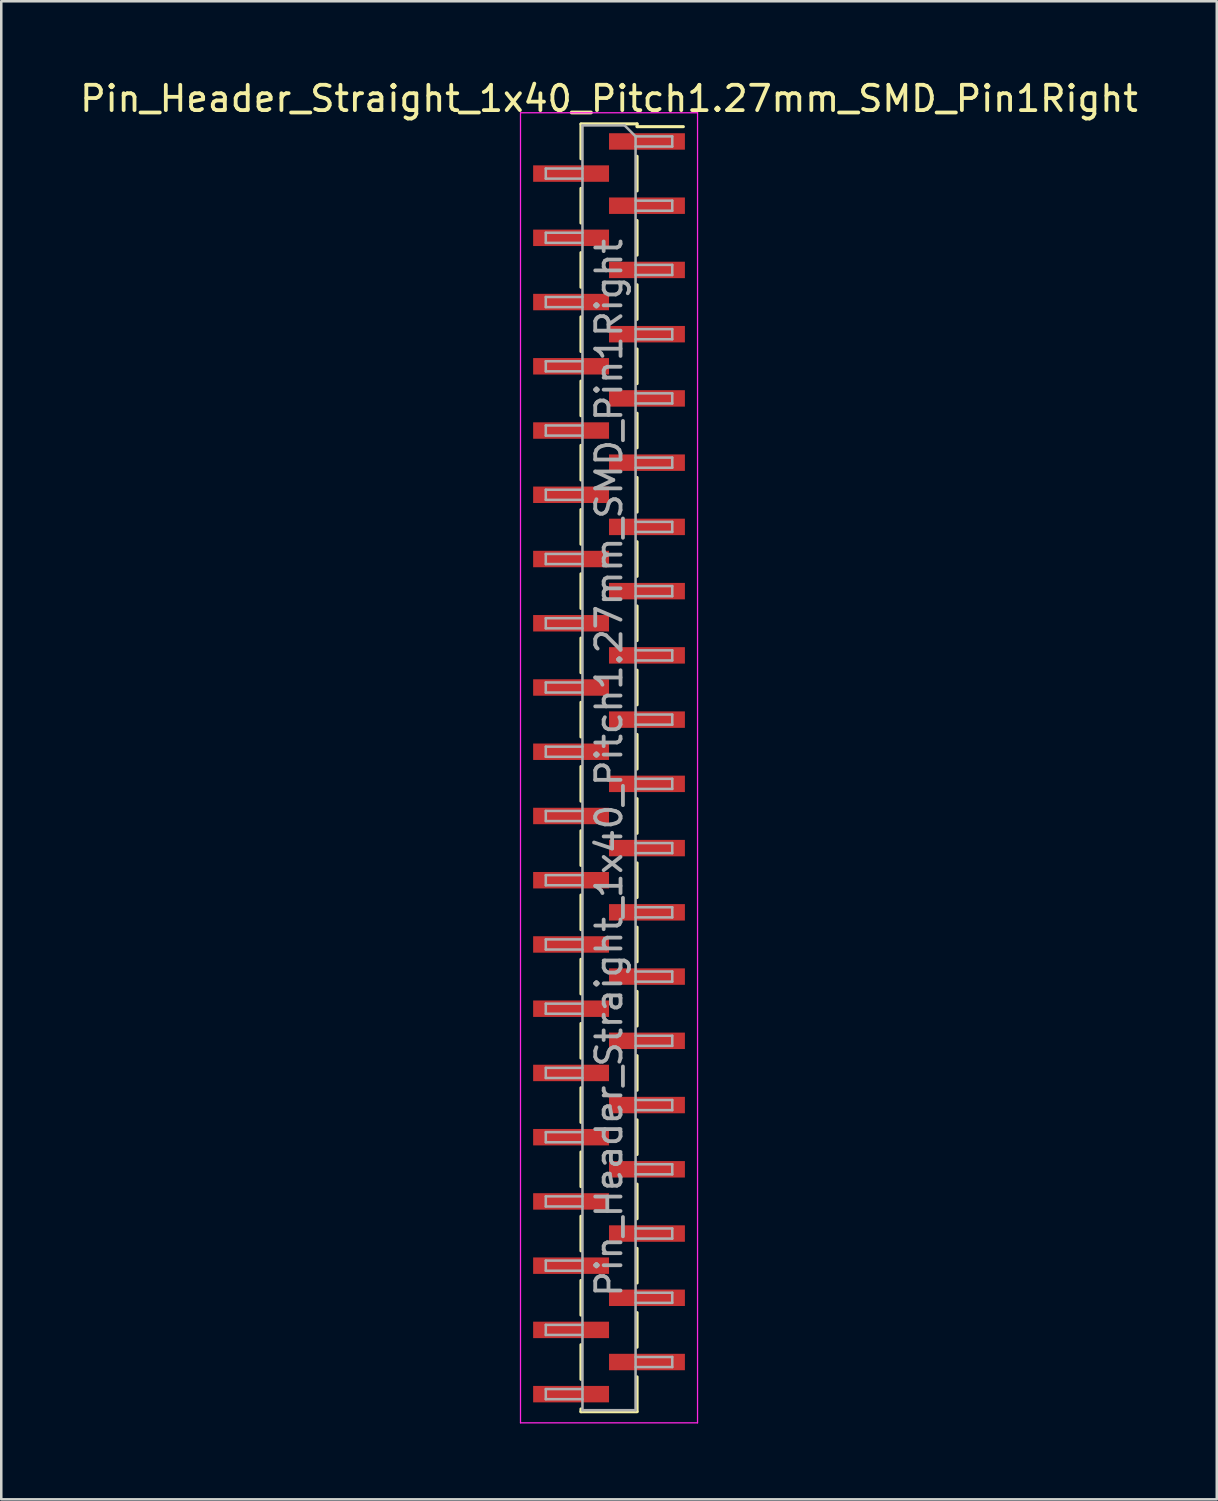
<source format=kicad_pcb>
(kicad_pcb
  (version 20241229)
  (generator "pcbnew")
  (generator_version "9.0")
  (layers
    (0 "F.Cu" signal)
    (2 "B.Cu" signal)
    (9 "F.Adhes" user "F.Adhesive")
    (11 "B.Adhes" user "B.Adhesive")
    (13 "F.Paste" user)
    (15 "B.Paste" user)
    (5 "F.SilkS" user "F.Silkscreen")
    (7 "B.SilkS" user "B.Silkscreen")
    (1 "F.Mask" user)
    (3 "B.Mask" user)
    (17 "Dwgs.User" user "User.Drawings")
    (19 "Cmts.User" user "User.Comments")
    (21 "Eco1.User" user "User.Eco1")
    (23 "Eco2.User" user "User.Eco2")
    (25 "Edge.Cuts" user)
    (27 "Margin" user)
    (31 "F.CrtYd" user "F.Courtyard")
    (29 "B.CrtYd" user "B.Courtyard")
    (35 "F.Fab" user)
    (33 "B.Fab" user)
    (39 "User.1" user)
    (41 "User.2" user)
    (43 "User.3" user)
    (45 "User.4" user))
  (footprint "Pin_Header_Straight_1x40_Pitch1.27mm_SMD_Pin1Right"
    (layer "F.Cu")
    (at 21.03 27.308)
    (property "Reference" "Pin_Header_Straight_1x40_Pitch1.27mm_SMD_Pin1Right" (at 0 -26.46 0) (layer "F.SilkS") (effects (font (size 1 1) (thickness 0.15))))
    (attr smd)
    (fp_line (start -1.11 -25.46) (end 1.11 -25.46) (stroke (width 0.12) (type solid)) (layer "F.SilkS"))
    (fp_line (start -1.11 -25.45) (end -1.11 -24.08) (stroke (width 0.12) (type solid)) (layer "F.SilkS"))
    (fp_line (start -1.11 -22.91) (end -1.11 -21.54) (stroke (width 0.12) (type solid)) (layer "F.SilkS"))
    (fp_line (start -1.11 -20.37) (end -1.11 -19) (stroke (width 0.12) (type solid)) (layer "F.SilkS"))
    (fp_line (start -1.11 -17.83) (end -1.11 -16.46) (stroke (width 0.12) (type solid)) (layer "F.SilkS"))
    (fp_line (start -1.11 -15.29) (end -1.11 -13.92) (stroke (width 0.12) (type solid)) (layer "F.SilkS"))
    (fp_line (start -1.11 -12.75) (end -1.11 -11.38) (stroke (width 0.12) (type solid)) (layer "F.SilkS"))
    (fp_line (start -1.11 -10.21) (end -1.11 -8.84) (stroke (width 0.12) (type solid)) (layer "F.SilkS"))
    (fp_line (start -1.11 -7.67) (end -1.11 -6.3) (stroke (width 0.12) (type solid)) (layer "F.SilkS"))
    (fp_line (start -1.11 -5.13) (end -1.11 -3.76) (stroke (width 0.12) (type solid)) (layer "F.SilkS"))
    (fp_line (start -1.11 -2.59) (end -1.11 -1.22) (stroke (width 0.12) (type solid)) (layer "F.SilkS"))
    (fp_line (start -1.11 -0.05) (end -1.11 1.32) (stroke (width 0.12) (type solid)) (layer "F.SilkS"))
    (fp_line (start -1.11 2.49) (end -1.11 3.86) (stroke (width 0.12) (type solid)) (layer "F.SilkS"))
    (fp_line (start -1.11 5.03) (end -1.11 6.4) (stroke (width 0.12) (type solid)) (layer "F.SilkS"))
    (fp_line (start -1.11 7.57) (end -1.11 8.94) (stroke (width 0.12) (type solid)) (layer "F.SilkS"))
    (fp_line (start -1.11 10.11) (end -1.11 11.48) (stroke (width 0.12) (type solid)) (layer "F.SilkS"))
    (fp_line (start -1.11 12.65) (end -1.11 14.02) (stroke (width 0.12) (type solid)) (layer "F.SilkS"))
    (fp_line (start -1.11 15.19) (end -1.11 16.56) (stroke (width 0.12) (type solid)) (layer "F.SilkS"))
    (fp_line (start -1.11 17.73) (end -1.11 19.1) (stroke (width 0.12) (type solid)) (layer "F.SilkS"))
    (fp_line (start -1.11 20.27) (end -1.11 21.64) (stroke (width 0.12) (type solid)) (layer "F.SilkS"))
    (fp_line (start -1.11 22.81) (end -1.11 24.18) (stroke (width 0.12) (type solid)) (layer "F.SilkS"))
    (fp_line (start -1.11 25.35) (end -1.11 25.46) (stroke (width 0.12) (type solid)) (layer "F.SilkS"))
    (fp_line (start -1.11 25.46) (end 1.11 25.46) (stroke (width 0.12) (type solid)) (layer "F.SilkS"))
    (fp_line (start 1.11 -25.46) (end 1.11 -25.35) (stroke (width 0.12) (type solid)) (layer "F.SilkS"))
    (fp_line (start 1.11 -25.35) (end 2.94 -25.35) (stroke (width 0.12) (type solid)) (layer "F.SilkS"))
    (fp_line (start 1.11 -24.18) (end 1.11 -22.81) (stroke (width 0.12) (type solid)) (layer "F.SilkS"))
    (fp_line (start 1.11 -21.64) (end 1.11 -20.27) (stroke (width 0.12) (type solid)) (layer "F.SilkS"))
    (fp_line (start 1.11 -19.1) (end 1.11 -17.73) (stroke (width 0.12) (type solid)) (layer "F.SilkS"))
    (fp_line (start 1.11 -16.56) (end 1.11 -15.19) (stroke (width 0.12) (type solid)) (layer "F.SilkS"))
    (fp_line (start 1.11 -14.02) (end 1.11 -12.65) (stroke (width 0.12) (type solid)) (layer "F.SilkS"))
    (fp_line (start 1.11 -11.48) (end 1.11 -10.11) (stroke (width 0.12) (type solid)) (layer "F.SilkS"))
    (fp_line (start 1.11 -8.94) (end 1.11 -7.57) (stroke (width 0.12) (type solid)) (layer "F.SilkS"))
    (fp_line (start 1.11 -6.4) (end 1.11 -5.03) (stroke (width 0.12) (type solid)) (layer "F.SilkS"))
    (fp_line (start 1.11 -3.86) (end 1.11 -2.49) (stroke (width 0.12) (type solid)) (layer "F.SilkS"))
    (fp_line (start 1.11 -1.32) (end 1.11 0.05) (stroke (width 0.12) (type solid)) (layer "F.SilkS"))
    (fp_line (start 1.11 1.22) (end 1.11 2.59) (stroke (width 0.12) (type solid)) (layer "F.SilkS"))
    (fp_line (start 1.11 3.76) (end 1.11 5.13) (stroke (width 0.12) (type solid)) (layer "F.SilkS"))
    (fp_line (start 1.11 6.3) (end 1.11 7.67) (stroke (width 0.12) (type solid)) (layer "F.SilkS"))
    (fp_line (start 1.11 8.84) (end 1.11 10.21) (stroke (width 0.12) (type solid)) (layer "F.SilkS"))
    (fp_line (start 1.11 11.38) (end 1.11 12.75) (stroke (width 0.12) (type solid)) (layer "F.SilkS"))
    (fp_line (start 1.11 13.92) (end 1.11 15.29) (stroke (width 0.12) (type solid)) (layer "F.SilkS"))
    (fp_line (start 1.11 16.46) (end 1.11 17.83) (stroke (width 0.12) (type solid)) (layer "F.SilkS"))
    (fp_line (start 1.11 19) (end 1.11 20.37) (stroke (width 0.12) (type solid)) (layer "F.SilkS"))
    (fp_line (start 1.11 21.54) (end 1.11 22.91) (stroke (width 0.12) (type solid)) (layer "F.SilkS"))
    (fp_line (start 1.11 24.08) (end 1.11 25.45) (stroke (width 0.12) (type solid)) (layer "F.SilkS"))
    (fp_line (start -3.5 -25.9) (end -3.5 25.9) (stroke (width 0.05) (type solid)) (layer "F.CrtYd"))
    (fp_line (start -3.5 25.9) (end 3.5 25.9) (stroke (width 0.05) (type solid)) (layer "F.CrtYd"))
    (fp_line (start 3.5 -25.9) (end -3.5 -25.9) (stroke (width 0.05) (type solid)) (layer "F.CrtYd"))
    (fp_line (start 3.5 25.9) (end 3.5 -25.9) (stroke (width 0.05) (type solid)) (layer "F.CrtYd"))
    (fp_line (start -2.5 -23.695) (end -2.5 -23.295) (stroke (width 0.1) (type solid)) (layer "F.Fab"))
    (fp_line (start -2.5 -23.295) (end -1.05 -23.295) (stroke (width 0.1) (type solid)) (layer "F.Fab"))
    (fp_line (start -2.5 -21.155) (end -2.5 -20.755) (stroke (width 0.1) (type solid)) (layer "F.Fab"))
    (fp_line (start -2.5 -20.755) (end -1.05 -20.755) (stroke (width 0.1) (type solid)) (layer "F.Fab"))
    (fp_line (start -2.5 -18.615) (end -2.5 -18.215) (stroke (width 0.1) (type solid)) (layer "F.Fab"))
    (fp_line (start -2.5 -18.215) (end -1.05 -18.215) (stroke (width 0.1) (type solid)) (layer "F.Fab"))
    (fp_line (start -2.5 -16.075) (end -2.5 -15.675) (stroke (width 0.1) (type solid)) (layer "F.Fab"))
    (fp_line (start -2.5 -15.675) (end -1.05 -15.675) (stroke (width 0.1) (type solid)) (layer "F.Fab"))
    (fp_line (start -2.5 -13.535) (end -2.5 -13.135) (stroke (width 0.1) (type solid)) (layer "F.Fab"))
    (fp_line (start -2.5 -13.135) (end -1.05 -13.135) (stroke (width 0.1) (type solid)) (layer "F.Fab"))
    (fp_line (start -2.5 -10.995) (end -2.5 -10.595) (stroke (width 0.1) (type solid)) (layer "F.Fab"))
    (fp_line (start -2.5 -10.595) (end -1.05 -10.595) (stroke (width 0.1) (type solid)) (layer "F.Fab"))
    (fp_line (start -2.5 -8.455) (end -2.5 -8.055) (stroke (width 0.1) (type solid)) (layer "F.Fab"))
    (fp_line (start -2.5 -8.055) (end -1.05 -8.055) (stroke (width 0.1) (type solid)) (layer "F.Fab"))
    (fp_line (start -2.5 -5.915) (end -2.5 -5.515) (stroke (width 0.1) (type solid)) (layer "F.Fab"))
    (fp_line (start -2.5 -5.515) (end -1.05 -5.515) (stroke (width 0.1) (type solid)) (layer "F.Fab"))
    (fp_line (start -2.5 -3.375) (end -2.5 -2.975) (stroke (width 0.1) (type solid)) (layer "F.Fab"))
    (fp_line (start -2.5 -2.975) (end -1.05 -2.975) (stroke (width 0.1) (type solid)) (layer "F.Fab"))
    (fp_line (start -2.5 -0.835) (end -2.5 -0.435) (stroke (width 0.1) (type solid)) (layer "F.Fab"))
    (fp_line (start -2.5 -0.435) (end -1.05 -0.435) (stroke (width 0.1) (type solid)) (layer "F.Fab"))
    (fp_line (start -2.5 1.705) (end -2.5 2.105) (stroke (width 0.1) (type solid)) (layer "F.Fab"))
    (fp_line (start -2.5 2.105) (end -1.05 2.105) (stroke (width 0.1) (type solid)) (layer "F.Fab"))
    (fp_line (start -2.5 4.245) (end -2.5 4.645) (stroke (width 0.1) (type solid)) (layer "F.Fab"))
    (fp_line (start -2.5 4.645) (end -1.05 4.645) (stroke (width 0.1) (type solid)) (layer "F.Fab"))
    (fp_line (start -2.5 6.785) (end -2.5 7.185) (stroke (width 0.1) (type solid)) (layer "F.Fab"))
    (fp_line (start -2.5 7.185) (end -1.05 7.185) (stroke (width 0.1) (type solid)) (layer "F.Fab"))
    (fp_line (start -2.5 9.325) (end -2.5 9.725) (stroke (width 0.1) (type solid)) (layer "F.Fab"))
    (fp_line (start -2.5 9.725) (end -1.05 9.725) (stroke (width 0.1) (type solid)) (layer "F.Fab"))
    (fp_line (start -2.5 11.865) (end -2.5 12.265) (stroke (width 0.1) (type solid)) (layer "F.Fab"))
    (fp_line (start -2.5 12.265) (end -1.05 12.265) (stroke (width 0.1) (type solid)) (layer "F.Fab"))
    (fp_line (start -2.5 14.405) (end -2.5 14.805) (stroke (width 0.1) (type solid)) (layer "F.Fab"))
    (fp_line (start -2.5 14.805) (end -1.05 14.805) (stroke (width 0.1) (type solid)) (layer "F.Fab"))
    (fp_line (start -2.5 16.945) (end -2.5 17.345) (stroke (width 0.1) (type solid)) (layer "F.Fab"))
    (fp_line (start -2.5 17.345) (end -1.05 17.345) (stroke (width 0.1) (type solid)) (layer "F.Fab"))
    (fp_line (start -2.5 19.485) (end -2.5 19.885) (stroke (width 0.1) (type solid)) (layer "F.Fab"))
    (fp_line (start -2.5 19.885) (end -1.05 19.885) (stroke (width 0.1) (type solid)) (layer "F.Fab"))
    (fp_line (start -2.5 22.025) (end -2.5 22.425) (stroke (width 0.1) (type solid)) (layer "F.Fab"))
    (fp_line (start -2.5 22.425) (end -1.05 22.425) (stroke (width 0.1) (type solid)) (layer "F.Fab"))
    (fp_line (start -2.5 24.565) (end -2.5 24.965) (stroke (width 0.1) (type solid)) (layer "F.Fab"))
    (fp_line (start -2.5 24.965) (end -1.05 24.965) (stroke (width 0.1) (type solid)) (layer "F.Fab"))
    (fp_line (start -1.05 -25.4) (end -1.05 25.4) (stroke (width 0.1) (type solid)) (layer "F.Fab"))
    (fp_line (start -1.05 -25.4) (end 0.615 -25.4) (stroke (width 0.1) (type solid)) (layer "F.Fab"))
    (fp_line (start -1.05 -23.695) (end -2.5 -23.695) (stroke (width 0.1) (type solid)) (layer "F.Fab"))
    (fp_line (start -1.05 -21.155) (end -2.5 -21.155) (stroke (width 0.1) (type solid)) (layer "F.Fab"))
    (fp_line (start -1.05 -18.615) (end -2.5 -18.615) (stroke (width 0.1) (type solid)) (layer "F.Fab"))
    (fp_line (start -1.05 -16.075) (end -2.5 -16.075) (stroke (width 0.1) (type solid)) (layer "F.Fab"))
    (fp_line (start -1.05 -13.535) (end -2.5 -13.535) (stroke (width 0.1) (type solid)) (layer "F.Fab"))
    (fp_line (start -1.05 -10.995) (end -2.5 -10.995) (stroke (width 0.1) (type solid)) (layer "F.Fab"))
    (fp_line (start -1.05 -8.455) (end -2.5 -8.455) (stroke (width 0.1) (type solid)) (layer "F.Fab"))
    (fp_line (start -1.05 -5.915) (end -2.5 -5.915) (stroke (width 0.1) (type solid)) (layer "F.Fab"))
    (fp_line (start -1.05 -3.375) (end -2.5 -3.375) (stroke (width 0.1) (type solid)) (layer "F.Fab"))
    (fp_line (start -1.05 -0.835) (end -2.5 -0.835) (stroke (width 0.1) (type solid)) (layer "F.Fab"))
    (fp_line (start -1.05 1.705) (end -2.5 1.705) (stroke (width 0.1) (type solid)) (layer "F.Fab"))
    (fp_line (start -1.05 4.245) (end -2.5 4.245) (stroke (width 0.1) (type solid)) (layer "F.Fab"))
    (fp_line (start -1.05 6.785) (end -2.5 6.785) (stroke (width 0.1) (type solid)) (layer "F.Fab"))
    (fp_line (start -1.05 9.325) (end -2.5 9.325) (stroke (width 0.1) (type solid)) (layer "F.Fab"))
    (fp_line (start -1.05 11.865) (end -2.5 11.865) (stroke (width 0.1) (type solid)) (layer "F.Fab"))
    (fp_line (start -1.05 14.405) (end -2.5 14.405) (stroke (width 0.1) (type solid)) (layer "F.Fab"))
    (fp_line (start -1.05 16.945) (end -2.5 16.945) (stroke (width 0.1) (type solid)) (layer "F.Fab"))
    (fp_line (start -1.05 19.485) (end -2.5 19.485) (stroke (width 0.1) (type solid)) (layer "F.Fab"))
    (fp_line (start -1.05 22.025) (end -2.5 22.025) (stroke (width 0.1) (type solid)) (layer "F.Fab"))
    (fp_line (start -1.05 24.565) (end -2.5 24.565) (stroke (width 0.1) (type solid)) (layer "F.Fab"))
    (fp_line (start 1.05 -24.965) (end 0.615 -25.4) (stroke (width 0.1) (type solid)) (layer "F.Fab"))
    (fp_line (start 1.05 -24.965) (end 2.5 -24.965) (stroke (width 0.1) (type solid)) (layer "F.Fab"))
    (fp_line (start 1.05 -22.425) (end 2.5 -22.425) (stroke (width 0.1) (type solid)) (layer "F.Fab"))
    (fp_line (start 1.05 -19.885) (end 2.5 -19.885) (stroke (width 0.1) (type solid)) (layer "F.Fab"))
    (fp_line (start 1.05 -17.345) (end 2.5 -17.345) (stroke (width 0.1) (type solid)) (layer "F.Fab"))
    (fp_line (start 1.05 -14.805) (end 2.5 -14.805) (stroke (width 0.1) (type solid)) (layer "F.Fab"))
    (fp_line (start 1.05 -12.265) (end 2.5 -12.265) (stroke (width 0.1) (type solid)) (layer "F.Fab"))
    (fp_line (start 1.05 -9.725) (end 2.5 -9.725) (stroke (width 0.1) (type solid)) (layer "F.Fab"))
    (fp_line (start 1.05 -7.185) (end 2.5 -7.185) (stroke (width 0.1) (type solid)) (layer "F.Fab"))
    (fp_line (start 1.05 -4.645) (end 2.5 -4.645) (stroke (width 0.1) (type solid)) (layer "F.Fab"))
    (fp_line (start 1.05 -2.105) (end 2.5 -2.105) (stroke (width 0.1) (type solid)) (layer "F.Fab"))
    (fp_line (start 1.05 0.435) (end 2.5 0.435) (stroke (width 0.1) (type solid)) (layer "F.Fab"))
    (fp_line (start 1.05 2.975) (end 2.5 2.975) (stroke (width 0.1) (type solid)) (layer "F.Fab"))
    (fp_line (start 1.05 5.515) (end 2.5 5.515) (stroke (width 0.1) (type solid)) (layer "F.Fab"))
    (fp_line (start 1.05 8.055) (end 2.5 8.055) (stroke (width 0.1) (type solid)) (layer "F.Fab"))
    (fp_line (start 1.05 10.595) (end 2.5 10.595) (stroke (width 0.1) (type solid)) (layer "F.Fab"))
    (fp_line (start 1.05 13.135) (end 2.5 13.135) (stroke (width 0.1) (type solid)) (layer "F.Fab"))
    (fp_line (start 1.05 15.675) (end 2.5 15.675) (stroke (width 0.1) (type solid)) (layer "F.Fab"))
    (fp_line (start 1.05 18.215) (end 2.5 18.215) (stroke (width 0.1) (type solid)) (layer "F.Fab"))
    (fp_line (start 1.05 20.755) (end 2.5 20.755) (stroke (width 0.1) (type solid)) (layer "F.Fab"))
    (fp_line (start 1.05 23.295) (end 2.5 23.295) (stroke (width 0.1) (type solid)) (layer "F.Fab"))
    (fp_line (start 1.05 25.4) (end -1.05 25.4) (stroke (width 0.1) (type solid)) (layer "F.Fab"))
    (fp_line (start 1.05 25.4) (end 1.05 -24.965) (stroke (width 0.1) (type solid)) (layer "F.Fab"))
    (fp_line (start 2.5 -24.965) (end 2.5 -24.565) (stroke (width 0.1) (type solid)) (layer "F.Fab"))
    (fp_line (start 2.5 -24.565) (end 1.05 -24.565) (stroke (width 0.1) (type solid)) (layer "F.Fab"))
    (fp_line (start 2.5 -22.425) (end 2.5 -22.025) (stroke (width 0.1) (type solid)) (layer "F.Fab"))
    (fp_line (start 2.5 -22.025) (end 1.05 -22.025) (stroke (width 0.1) (type solid)) (layer "F.Fab"))
    (fp_line (start 2.5 -19.885) (end 2.5 -19.485) (stroke (width 0.1) (type solid)) (layer "F.Fab"))
    (fp_line (start 2.5 -19.485) (end 1.05 -19.485) (stroke (width 0.1) (type solid)) (layer "F.Fab"))
    (fp_line (start 2.5 -17.345) (end 2.5 -16.945) (stroke (width 0.1) (type solid)) (layer "F.Fab"))
    (fp_line (start 2.5 -16.945) (end 1.05 -16.945) (stroke (width 0.1) (type solid)) (layer "F.Fab"))
    (fp_line (start 2.5 -14.805) (end 2.5 -14.405) (stroke (width 0.1) (type solid)) (layer "F.Fab"))
    (fp_line (start 2.5 -14.405) (end 1.05 -14.405) (stroke (width 0.1) (type solid)) (layer "F.Fab"))
    (fp_line (start 2.5 -12.265) (end 2.5 -11.865) (stroke (width 0.1) (type solid)) (layer "F.Fab"))
    (fp_line (start 2.5 -11.865) (end 1.05 -11.865) (stroke (width 0.1) (type solid)) (layer "F.Fab"))
    (fp_line (start 2.5 -9.725) (end 2.5 -9.325) (stroke (width 0.1) (type solid)) (layer "F.Fab"))
    (fp_line (start 2.5 -9.325) (end 1.05 -9.325) (stroke (width 0.1) (type solid)) (layer "F.Fab"))
    (fp_line (start 2.5 -7.185) (end 2.5 -6.785) (stroke (width 0.1) (type solid)) (layer "F.Fab"))
    (fp_line (start 2.5 -6.785) (end 1.05 -6.785) (stroke (width 0.1) (type solid)) (layer "F.Fab"))
    (fp_line (start 2.5 -4.645) (end 2.5 -4.245) (stroke (width 0.1) (type solid)) (layer "F.Fab"))
    (fp_line (start 2.5 -4.245) (end 1.05 -4.245) (stroke (width 0.1) (type solid)) (layer "F.Fab"))
    (fp_line (start 2.5 -2.105) (end 2.5 -1.705) (stroke (width 0.1) (type solid)) (layer "F.Fab"))
    (fp_line (start 2.5 -1.705) (end 1.05 -1.705) (stroke (width 0.1) (type solid)) (layer "F.Fab"))
    (fp_line (start 2.5 0.435) (end 2.5 0.835) (stroke (width 0.1) (type solid)) (layer "F.Fab"))
    (fp_line (start 2.5 0.835) (end 1.05 0.835) (stroke (width 0.1) (type solid)) (layer "F.Fab"))
    (fp_line (start 2.5 2.975) (end 2.5 3.375) (stroke (width 0.1) (type solid)) (layer "F.Fab"))
    (fp_line (start 2.5 3.375) (end 1.05 3.375) (stroke (width 0.1) (type solid)) (layer "F.Fab"))
    (fp_line (start 2.5 5.515) (end 2.5 5.915) (stroke (width 0.1) (type solid)) (layer "F.Fab"))
    (fp_line (start 2.5 5.915) (end 1.05 5.915) (stroke (width 0.1) (type solid)) (layer "F.Fab"))
    (fp_line (start 2.5 8.055) (end 2.5 8.455) (stroke (width 0.1) (type solid)) (layer "F.Fab"))
    (fp_line (start 2.5 8.455) (end 1.05 8.455) (stroke (width 0.1) (type solid)) (layer "F.Fab"))
    (fp_line (start 2.5 10.595) (end 2.5 10.995) (stroke (width 0.1) (type solid)) (layer "F.Fab"))
    (fp_line (start 2.5 10.995) (end 1.05 10.995) (stroke (width 0.1) (type solid)) (layer "F.Fab"))
    (fp_line (start 2.5 13.135) (end 2.5 13.535) (stroke (width 0.1) (type solid)) (layer "F.Fab"))
    (fp_line (start 2.5 13.535) (end 1.05 13.535) (stroke (width 0.1) (type solid)) (layer "F.Fab"))
    (fp_line (start 2.5 15.675) (end 2.5 16.075) (stroke (width 0.1) (type solid)) (layer "F.Fab"))
    (fp_line (start 2.5 16.075) (end 1.05 16.075) (stroke (width 0.1) (type solid)) (layer "F.Fab"))
    (fp_line (start 2.5 18.215) (end 2.5 18.615) (stroke (width 0.1) (type solid)) (layer "F.Fab"))
    (fp_line (start 2.5 18.615) (end 1.05 18.615) (stroke (width 0.1) (type solid)) (layer "F.Fab"))
    (fp_line (start 2.5 20.755) (end 2.5 21.155) (stroke (width 0.1) (type solid)) (layer "F.Fab"))
    (fp_line (start 2.5 21.155) (end 1.05 21.155) (stroke (width 0.1) (type solid)) (layer "F.Fab"))
    (fp_line (start 2.5 23.295) (end 2.5 23.695) (stroke (width 0.1) (type solid)) (layer "F.Fab"))
    (fp_line (start 2.5 23.695) (end 1.05 23.695) (stroke (width 0.1) (type solid)) (layer "F.Fab"))
    (fp_text user "${REFERENCE}" (at 0 0 90) (layer "F.Fab") (effects (font (size 1 1) (thickness 0.15))))
    (pad "1" smd rect (at 1.5 -24.765) (size 3 0.65) (layers "F.Cu" "F.Mask" "F.Paste"))
    (pad "2" smd rect (at -1.5 -23.495) (size 3 0.65) (layers "F.Cu" "F.Mask" "F.Paste"))
    (pad "3" smd rect (at 1.5 -22.225) (size 3 0.65) (layers "F.Cu" "F.Mask" "F.Paste"))
    (pad "4" smd rect (at -1.5 -20.955) (size 3 0.65) (layers "F.Cu" "F.Mask" "F.Paste"))
    (pad "5" smd rect (at 1.5 -19.685) (size 3 0.65) (layers "F.Cu" "F.Mask" "F.Paste"))
    (pad "6" smd rect (at -1.5 -18.415) (size 3 0.65) (layers "F.Cu" "F.Mask" "F.Paste"))
    (pad "7" smd rect (at 1.5 -17.145) (size 3 0.65) (layers "F.Cu" "F.Mask" "F.Paste"))
    (pad "8" smd rect (at -1.5 -15.875) (size 3 0.65) (layers "F.Cu" "F.Mask" "F.Paste"))
    (pad "9" smd rect (at 1.5 -14.605) (size 3 0.65) (layers "F.Cu" "F.Mask" "F.Paste"))
    (pad "10" smd rect (at -1.5 -13.335) (size 3 0.65) (layers "F.Cu" "F.Mask" "F.Paste"))
    (pad "11" smd rect (at 1.5 -12.065) (size 3 0.65) (layers "F.Cu" "F.Mask" "F.Paste"))
    (pad "12" smd rect (at -1.5 -10.795) (size 3 0.65) (layers "F.Cu" "F.Mask" "F.Paste"))
    (pad "13" smd rect (at 1.5 -9.525) (size 3 0.65) (layers "F.Cu" "F.Mask" "F.Paste"))
    (pad "14" smd rect (at -1.5 -8.255) (size 3 0.65) (layers "F.Cu" "F.Mask" "F.Paste"))
    (pad "15" smd rect (at 1.5 -6.985) (size 3 0.65) (layers "F.Cu" "F.Mask" "F.Paste"))
    (pad "16" smd rect (at -1.5 -5.715) (size 3 0.65) (layers "F.Cu" "F.Mask" "F.Paste"))
    (pad "17" smd rect (at 1.5 -4.445) (size 3 0.65) (layers "F.Cu" "F.Mask" "F.Paste"))
    (pad "18" smd rect (at -1.5 -3.175) (size 3 0.65) (layers "F.Cu" "F.Mask" "F.Paste"))
    (pad "19" smd rect (at 1.5 -1.905) (size 3 0.65) (layers "F.Cu" "F.Mask" "F.Paste"))
    (pad "20" smd rect (at -1.5 -0.635) (size 3 0.65) (layers "F.Cu" "F.Mask" "F.Paste"))
    (pad "21" smd rect (at 1.5 0.635) (size 3 0.65) (layers "F.Cu" "F.Mask" "F.Paste"))
    (pad "22" smd rect (at -1.5 1.905) (size 3 0.65) (layers "F.Cu" "F.Mask" "F.Paste"))
    (pad "23" smd rect (at 1.5 3.175) (size 3 0.65) (layers "F.Cu" "F.Mask" "F.Paste"))
    (pad "24" smd rect (at -1.5 4.445) (size 3 0.65) (layers "F.Cu" "F.Mask" "F.Paste"))
    (pad "25" smd rect (at 1.5 5.715) (size 3 0.65) (layers "F.Cu" "F.Mask" "F.Paste"))
    (pad "26" smd rect (at -1.5 6.985) (size 3 0.65) (layers "F.Cu" "F.Mask" "F.Paste"))
    (pad "27" smd rect (at 1.5 8.255) (size 3 0.65) (layers "F.Cu" "F.Mask" "F.Paste"))
    (pad "28" smd rect (at -1.5 9.525) (size 3 0.65) (layers "F.Cu" "F.Mask" "F.Paste"))
    (pad "29" smd rect (at 1.5 10.795) (size 3 0.65) (layers "F.Cu" "F.Mask" "F.Paste"))
    (pad "30" smd rect (at -1.5 12.065) (size 3 0.65) (layers "F.Cu" "F.Mask" "F.Paste"))
    (pad "31" smd rect (at 1.5 13.335) (size 3 0.65) (layers "F.Cu" "F.Mask" "F.Paste"))
    (pad "32" smd rect (at -1.5 14.605) (size 3 0.65) (layers "F.Cu" "F.Mask" "F.Paste"))
    (pad "33" smd rect (at 1.5 15.875) (size 3 0.65) (layers "F.Cu" "F.Mask" "F.Paste"))
    (pad "34" smd rect (at -1.5 17.145) (size 3 0.65) (layers "F.Cu" "F.Mask" "F.Paste"))
    (pad "35" smd rect (at 1.5 18.415) (size 3 0.65) (layers "F.Cu" "F.Mask" "F.Paste"))
    (pad "36" smd rect (at -1.5 19.685) (size 3 0.65) (layers "F.Cu" "F.Mask" "F.Paste"))
    (pad "37" smd rect (at 1.5 20.955) (size 3 0.65) (layers "F.Cu" "F.Mask" "F.Paste"))
    (pad "38" smd rect (at -1.5 22.225) (size 3 0.65) (layers "F.Cu" "F.Mask" "F.Paste"))
    (pad "39" smd rect (at 1.5 23.495) (size 3 0.65) (layers "F.Cu" "F.Mask" "F.Paste"))
    (pad "40" smd rect (at -1.5 24.765) (size 3 0.65) (layers "F.Cu" "F.Mask" "F.Paste")))
  (gr_rect
    (start -3 -3)
    (end 45.06 56.233)
    (stroke (width 0.1) (type default))
    (fill no)
    (layer "Edge.Cuts")))
</source>
